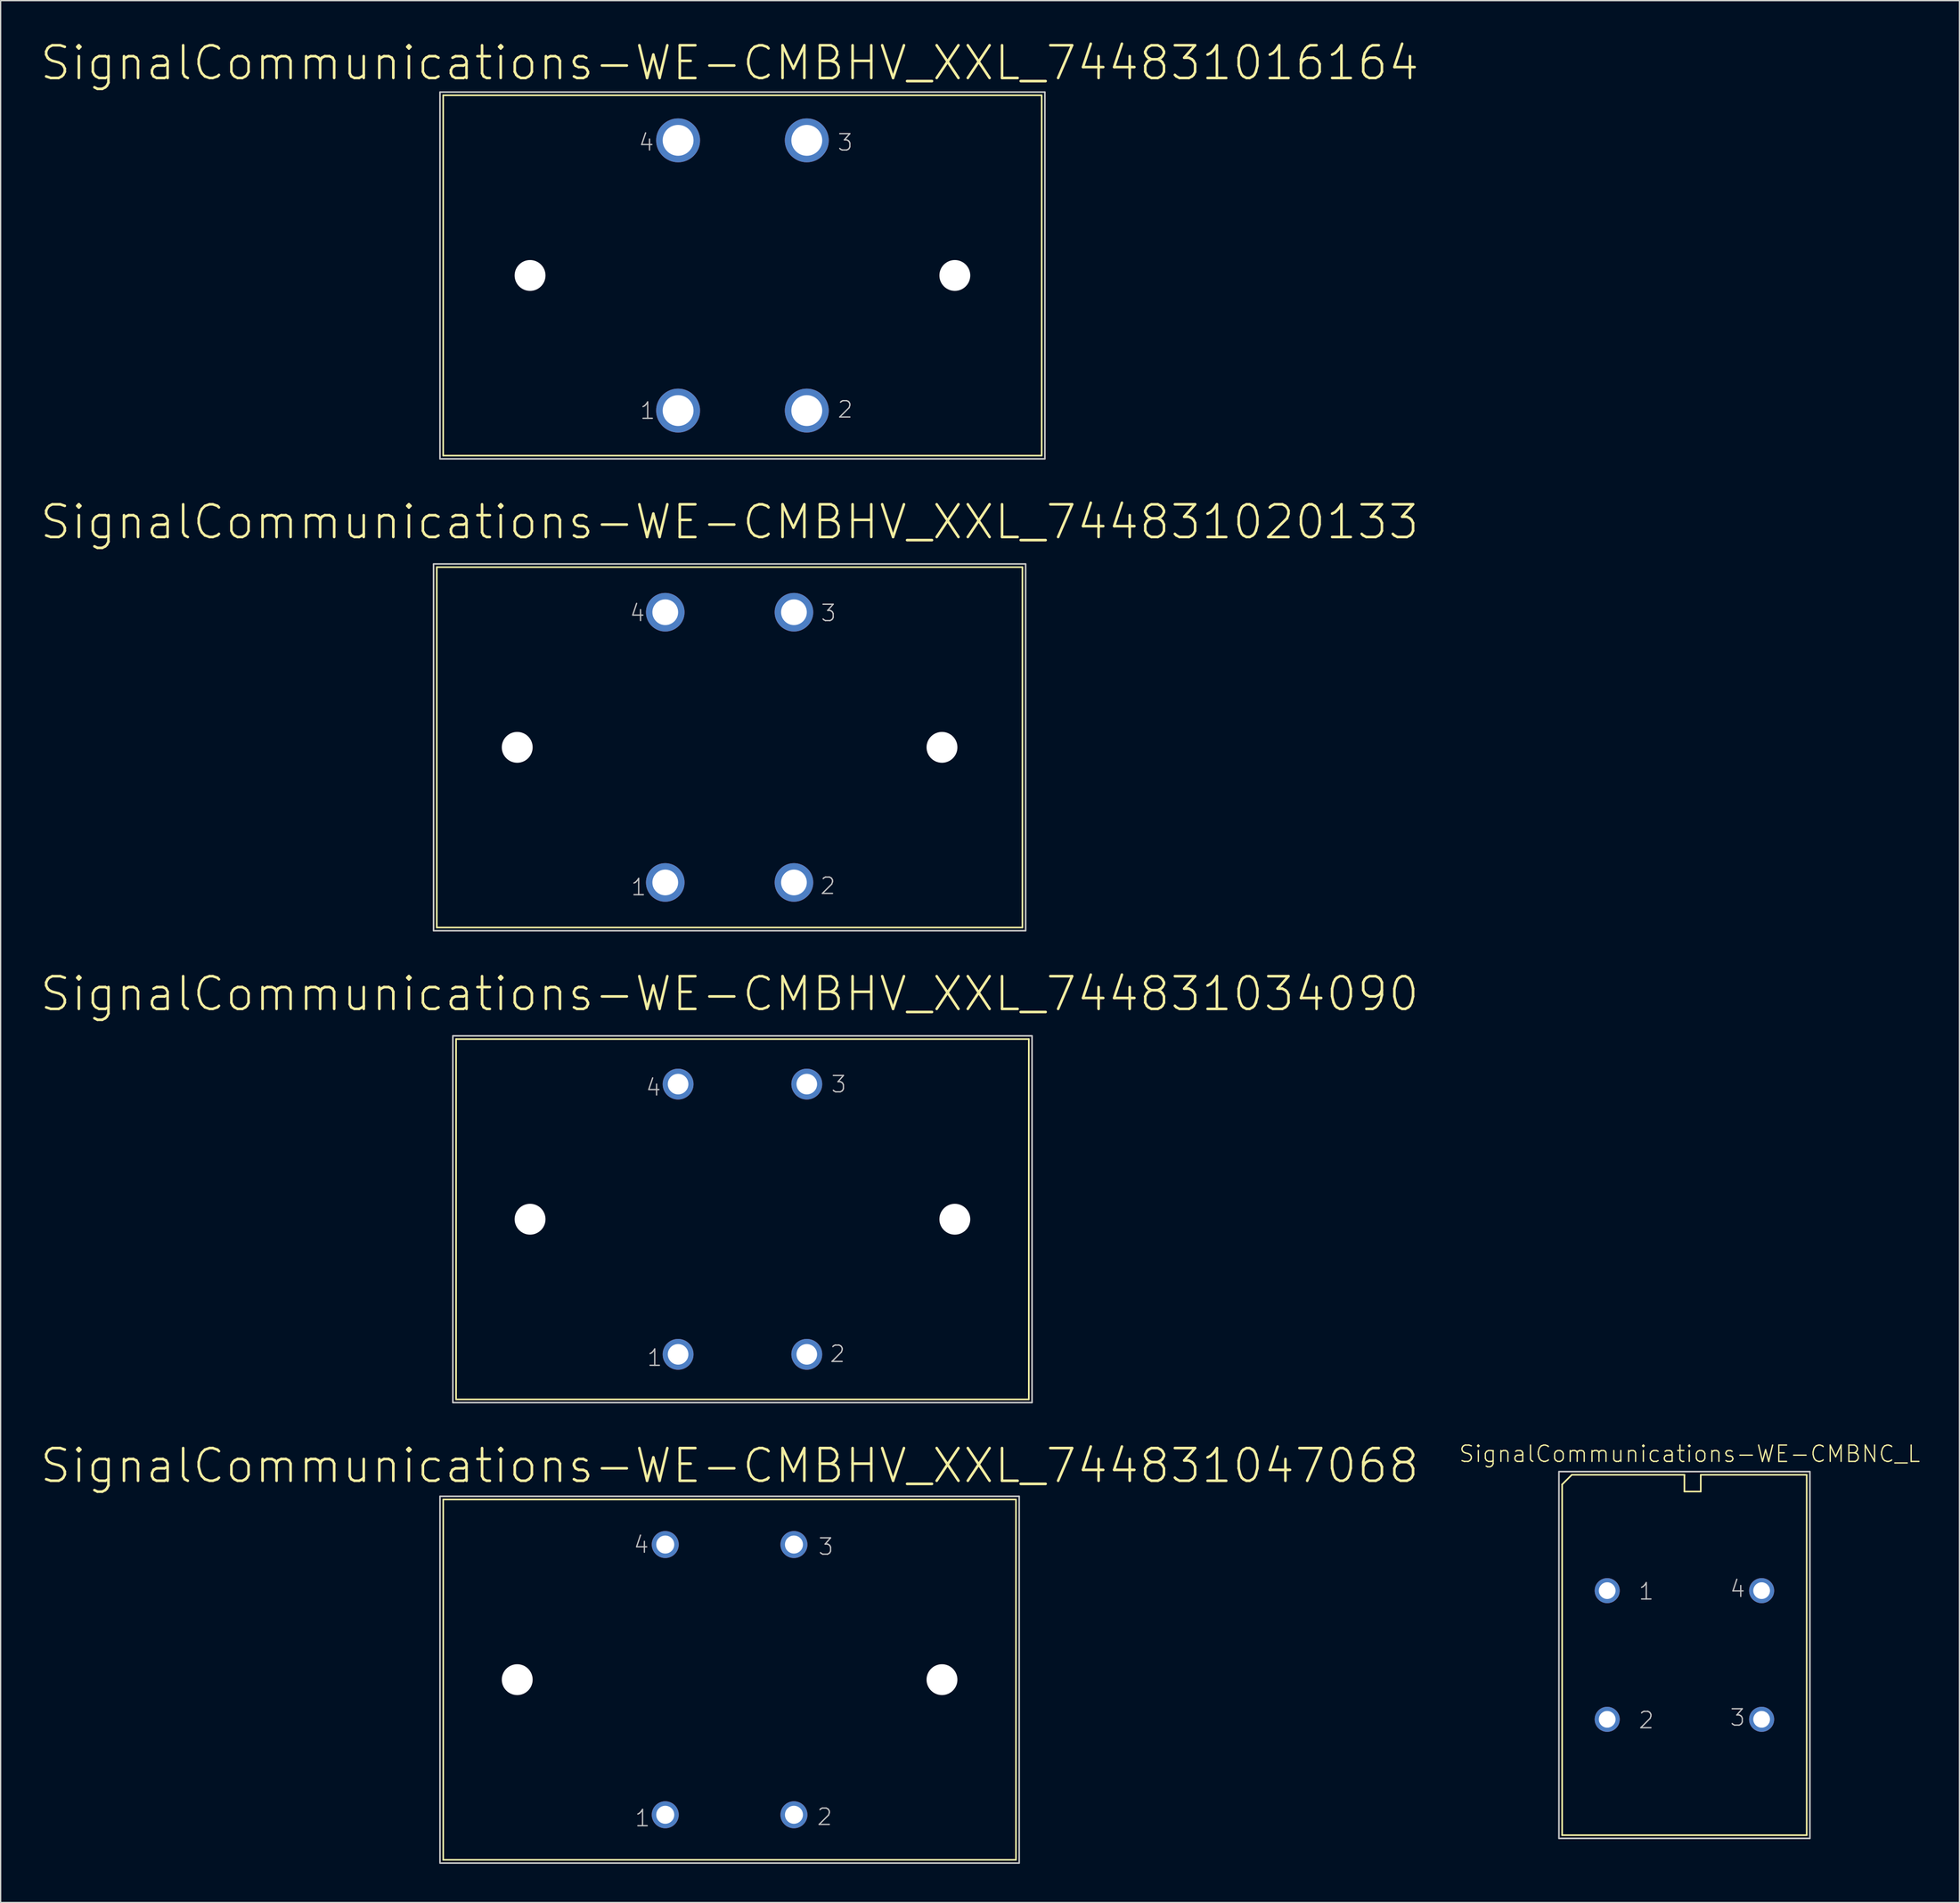
<source format=kicad_pcb>
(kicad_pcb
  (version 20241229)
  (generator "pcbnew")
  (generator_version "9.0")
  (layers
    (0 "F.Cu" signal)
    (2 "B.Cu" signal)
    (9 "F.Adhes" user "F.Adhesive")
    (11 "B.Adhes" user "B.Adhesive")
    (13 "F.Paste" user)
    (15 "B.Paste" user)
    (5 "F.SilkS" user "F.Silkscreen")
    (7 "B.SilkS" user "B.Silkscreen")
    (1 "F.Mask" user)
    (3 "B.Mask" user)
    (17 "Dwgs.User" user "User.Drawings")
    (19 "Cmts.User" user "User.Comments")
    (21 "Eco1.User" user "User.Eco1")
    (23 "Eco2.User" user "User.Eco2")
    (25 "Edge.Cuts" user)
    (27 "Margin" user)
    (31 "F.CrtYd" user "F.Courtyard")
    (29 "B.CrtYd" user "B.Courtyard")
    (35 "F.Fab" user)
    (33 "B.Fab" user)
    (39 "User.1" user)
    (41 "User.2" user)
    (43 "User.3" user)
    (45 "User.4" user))
  (footprint "SignalCommunications-WE-CMBHV_XXL_744831016164"
    (layer "F.Cu")
    (at 54.631 18.353)
    (property "Reference" "SignalCommunications-WE-CMBHV_XXL_744831016164" (at -0.998 -16.51 0) (layer "F.SilkS") (effects (font (size 2.54 2.54) (thickness 0.203))))
    (attr exclude_from_pos_files exclude_from_bom)
    (fp_line (start -23.249 -13.998) (end 23.249 -13.998) (stroke (width 0.127) (type solid)) (layer "F.SilkS"))
    (fp_line (start -23.249 13.998) (end -23.249 -13.998) (stroke (width 0.127) (type solid)) (layer "F.SilkS"))
    (fp_line (start 23.249 -13.998) (end 23.249 13.998) (stroke (width 0.127) (type solid)) (layer "F.SilkS"))
    (fp_line (start 23.249 13.998) (end -23.249 13.998) (stroke (width 0.127) (type solid)) (layer "F.SilkS"))
    (fp_poly (pts (xy -23.498 -14.249) (xy 23.498 -14.249) (xy 23.498 14.249) (xy -23.498 14.249) (xy -23.498 -14.249)) (stroke (width 0.127) (type solid)) (fill no) (layer "Dwgs.User"))
    (fp_text user "2" (at 7.983 10.414 0) (layer "Dwgs.User") (effects (font (size 1.27 1.27) (thickness 0.102))))
    (fp_text user "3" (at 7.983 -10.333 0) (layer "Dwgs.User") (effects (font (size 1.27 1.27) (thickness 0.102))))
    (fp_text user "1" (at -7.363 10.513 0) (layer "Dwgs.User") (effects (font (size 1.27 1.27) (thickness 0.102))))
    (fp_text user "4" (at -7.463 -10.333 0) (layer "Dwgs.User") (effects (font (size 1.27 1.27) (thickness 0.102))))
    (pad "" np_thru_hole circle (at -16.5 0) (size 2.398 2.398) (drill 2.398) (layers "*.Cu" "*.Mask"))
    (pad "" np_thru_hole circle (at 16.5 0) (size 2.398 2.398) (drill 2.398) (layers "*.Cu" "*.Mask"))
    (pad "1" thru_hole circle (at -4.999 10.498) (size 3.414 3.414) (drill 2.398) (layers "*.Cu" "*.Paste" "*.Mask"))
    (pad "2" thru_hole circle (at 4.999 10.498) (size 3.414 3.414) (drill 2.398) (layers "*.Cu" "*.Paste" "*.Mask"))
    (pad "3" thru_hole circle (at 4.999 -10.498) (size 3.414 3.414) (drill 2.398) (layers "*.Cu" "*.Paste" "*.Mask"))
    (pad "4" thru_hole circle (at -4.999 -10.498) (size 3.414 3.414) (drill 2.398) (layers "*.Cu" "*.Paste" "*.Mask")))
  (footprint "SignalCommunications-WE-CMBHV_XXL_744831034090"
    (layer "F.Cu")
    (at 54.631 91.68)
    (property "Reference" "SignalCommunications-WE-CMBHV_XXL_744831034090" (at -0.998 -17.508 0) (layer "F.SilkS") (effects (font (size 2.54 2.54) (thickness 0.203))))
    (attr exclude_from_pos_files exclude_from_bom)
    (fp_line (start -22.248 -13.998) (end 22.248 -13.998) (stroke (width 0.127) (type solid)) (layer "F.SilkS"))
    (fp_line (start -22.248 13.998) (end -22.248 -13.998) (stroke (width 0.127) (type solid)) (layer "F.SilkS"))
    (fp_line (start 22.248 -13.998) (end 22.248 13.998) (stroke (width 0.127) (type solid)) (layer "F.SilkS"))
    (fp_line (start 22.248 13.998) (end -22.248 13.998) (stroke (width 0.127) (type solid)) (layer "F.SilkS"))
    (fp_poly (pts (xy 22.499 -14.249) (xy 22.499 14.249) (xy -22.499 14.249) (xy -22.499 -14.249) (xy 22.499 -14.249)) (stroke (width 0.127) (type solid)) (fill no) (layer "Dwgs.User"))
    (fp_text user "4" (at -6.914 -10.234 0) (layer "Dwgs.User") (effects (font (size 1.27 1.27) (thickness 0.102))))
    (fp_text user "1" (at -6.815 10.765 0) (layer "Dwgs.User") (effects (font (size 1.27 1.27) (thickness 0.102))))
    (fp_text user "3" (at 7.483 -10.483 0) (layer "Dwgs.User") (effects (font (size 1.27 1.27) (thickness 0.102))))
    (fp_text user "2" (at 7.384 10.465 0) (layer "Dwgs.User") (effects (font (size 1.27 1.27) (thickness 0.102))))
    (pad "" np_thru_hole circle (at -16.5 0) (size 2.398 2.398) (drill 2.398) (layers "*.Cu" "*.Mask"))
    (pad "" np_thru_hole circle (at 16.5 0) (size 2.398 2.398) (drill 2.398) (layers "*.Cu" "*.Mask"))
    (pad "1" thru_hole circle (at -4.999 10.498) (size 2.398 2.398) (drill 1.598) (layers "*.Cu" "*.Paste" "*.Mask"))
    (pad "2" thru_hole circle (at 4.999 10.498) (size 2.398 2.398) (drill 1.598) (layers "*.Cu" "*.Paste" "*.Mask"))
    (pad "3" thru_hole circle (at 4.999 -10.498) (size 2.398 2.398) (drill 1.598) (layers "*.Cu" "*.Paste" "*.Mask"))
    (pad "4" thru_hole circle (at -4.999 -10.498) (size 2.398 2.398) (drill 1.598) (layers "*.Cu" "*.Paste" "*.Mask")))
  (footprint "SignalCommunications-WE-CMBHV_XXL_744831020133"
    (layer "F.Cu")
    (at 53.633 55.016)
    (property "Reference" "SignalCommunications-WE-CMBHV_XXL_744831020133" (at 0 -17.508 0) (layer "F.SilkS") (effects (font (size 2.54 2.54) (thickness 0.203))))
    (attr exclude_from_pos_files exclude_from_bom)
    (fp_line (start -22.748 -13.998) (end 22.748 -13.998) (stroke (width 0.127) (type solid)) (layer "F.SilkS"))
    (fp_line (start -22.748 13.998) (end -22.748 -13.998) (stroke (width 0.127) (type solid)) (layer "F.SilkS"))
    (fp_line (start 22.748 -13.998) (end 22.748 13.998) (stroke (width 0.127) (type solid)) (layer "F.SilkS"))
    (fp_line (start 22.748 13.998) (end -22.748 13.998) (stroke (width 0.127) (type solid)) (layer "F.SilkS"))
    (fp_poly (pts (xy -23 -14.249) (xy 23 -14.249) (xy 23 14.249) (xy -23 14.249) (xy -23 -14.249)) (stroke (width 0.127) (type solid)) (fill no) (layer "Dwgs.User"))
    (fp_text user "1" (at -7.064 10.864 0) (layer "Dwgs.User") (effects (font (size 1.27 1.27) (thickness 0.102))))
    (fp_text user "4" (at -7.163 -10.434 0) (layer "Dwgs.User") (effects (font (size 1.27 1.27) (thickness 0.102))))
    (fp_text user "3" (at 7.684 -10.434 0) (layer "Dwgs.User") (effects (font (size 1.27 1.27) (thickness 0.102))))
    (fp_text user "2" (at 7.633 10.765 0) (layer "Dwgs.User") (effects (font (size 1.27 1.27) (thickness 0.102))))
    (pad "" np_thru_hole circle (at -16.5 0) (size 2.398 2.398) (drill 2.398) (layers "*.Cu" "*.Mask"))
    (pad "" np_thru_hole circle (at 16.5 0) (size 2.398 2.398) (drill 2.398) (layers "*.Cu" "*.Mask"))
    (pad "1" thru_hole circle (at -4.999 10.498) (size 3 3) (drill 1.999) (layers "*.Cu" "*.Paste" "*.Mask"))
    (pad "2" thru_hole circle (at 4.999 10.498) (size 3 3) (drill 1.999) (layers "*.Cu" "*.Paste" "*.Mask"))
    (pad "3" thru_hole circle (at 4.999 -10.498) (size 3 3) (drill 1.999) (layers "*.Cu" "*.Paste" "*.Mask"))
    (pad "4" thru_hole circle (at -4.999 -10.498) (size 3 3) (drill 1.999) (layers "*.Cu" "*.Paste" "*.Mask")))
  (footprint "SignalCommunications-WE-CMBNC_L"
    (layer "F.Cu")
    (at 127.813 125.537)
    (property "Reference" "SignalCommunications-WE-CMBNC_L" (at 0.409 -15.624 0) (layer "F.SilkS") (effects (font (size 1.27 1.27) (thickness 0.102))))
    (attr exclude_from_pos_files exclude_from_bom)
    (fp_line (start -9.5 -13.249) (end -8.748 -13.998) (stroke (width 0.127) (type solid)) (layer "F.SilkS"))
    (fp_line (start -9.5 13.998) (end -9.5 -13.249) (stroke (width 0.127) (type solid)) (layer "F.SilkS"))
    (fp_line (start -8.748 -13.998) (end 0 -13.998) (stroke (width 0.127) (type solid)) (layer "F.SilkS"))
    (fp_line (start 0 -13.998) (end 0 -12.7) (stroke (width 0.127) (type solid)) (layer "F.SilkS"))
    (fp_line (start 0 -12.7) (end 1.27 -12.7) (stroke (width 0.127) (type solid)) (layer "F.SilkS"))
    (fp_line (start 1.27 -13.998) (end 9.5 -13.998) (stroke (width 0.127) (type solid)) (layer "F.SilkS"))
    (fp_line (start 1.27 -12.7) (end 1.27 -13.998) (stroke (width 0.127) (type solid)) (layer "F.SilkS"))
    (fp_line (start 9.5 -13.998) (end 9.5 13.998) (stroke (width 0.127) (type solid)) (layer "F.SilkS"))
    (fp_line (start 9.5 13.998) (end -9.5 13.998) (stroke (width 0.127) (type solid)) (layer "F.SilkS"))
    (fp_poly (pts (xy -9.749 14.249) (xy -9.749 -14.249) (xy 9.749 -14.249) (xy 9.749 14.249) (xy -9.749 14.249)) (stroke (width 0.127) (type solid)) (fill no) (layer "Dwgs.User"))
    (fp_text user "4" (at 4.133 -5.133 0) (layer "Dwgs.User") (effects (font (size 1.27 1.27) (thickness 0.102))))
    (fp_text user "2" (at -2.964 5.065 0) (layer "Dwgs.User") (effects (font (size 1.27 1.27) (thickness 0.102))))
    (fp_text user "1" (at -2.964 -4.933 0) (layer "Dwgs.User") (effects (font (size 1.27 1.27) (thickness 0.102))))
    (fp_text user "3" (at 4.133 4.864 0) (layer "Dwgs.User") (effects (font (size 1.27 1.27) (thickness 0.102))))
    (pad "1" thru_hole circle (at -5.999 -4.999) (size 1.948 1.948) (drill 1.298) (layers "*.Cu" "*.Paste" "*.Mask"))
    (pad "2" thru_hole circle (at -5.999 4.999) (size 1.948 1.948) (drill 1.298) (layers "*.Cu" "*.Paste" "*.Mask"))
    (pad "3" thru_hole circle (at 5.999 4.999) (size 1.948 1.948) (drill 1.298) (layers "*.Cu" "*.Paste" "*.Mask"))
    (pad "4" thru_hole circle (at 5.999 -4.999) (size 1.948 1.948) (drill 1.298) (layers "*.Cu" "*.Paste" "*.Mask")))
  (footprint "SignalCommunications-WE-CMBHV_XXL_744831047068"
    (layer "F.Cu")
    (at 53.633 127.454)
    (property "Reference" "SignalCommunications-WE-CMBHV_XXL_744831047068" (at 0 -16.619 0) (layer "F.SilkS") (effects (font (size 2.54 2.54) (thickness 0.203))))
    (attr exclude_from_pos_files exclude_from_bom)
    (fp_line (start -22.248 -13.998) (end 22.248 -13.998) (stroke (width 0.127) (type solid)) (layer "F.SilkS"))
    (fp_line (start -22.248 13.998) (end -22.248 -13.998) (stroke (width 0.127) (type solid)) (layer "F.SilkS"))
    (fp_line (start 22.248 -13.998) (end 22.248 13.998) (stroke (width 0.127) (type solid)) (layer "F.SilkS"))
    (fp_line (start 22.248 13.998) (end -22.248 13.998) (stroke (width 0.127) (type solid)) (layer "F.SilkS"))
    (fp_poly (pts (xy -22.499 -14.249) (xy 22.499 -14.249) (xy 22.499 14.249) (xy -22.499 14.249) (xy -22.499 -14.249)) (stroke (width 0.127) (type solid)) (fill no) (layer "Dwgs.User"))
    (fp_text user "1" (at -6.764 10.765 0) (layer "Dwgs.User") (effects (font (size 1.27 1.27) (thickness 0.102))))
    (fp_text user "2" (at 7.384 10.663 0) (layer "Dwgs.User") (effects (font (size 1.27 1.27) (thickness 0.102))))
    (fp_text user "3" (at 7.483 -10.333 0) (layer "Dwgs.User") (effects (font (size 1.27 1.27) (thickness 0.102))))
    (fp_text user "4" (at -6.863 -10.483 0) (layer "Dwgs.User") (effects (font (size 1.27 1.27) (thickness 0.102))))
    (pad "" np_thru_hole circle (at -16.5 0) (size 2.398 2.398) (drill 2.398) (layers "*.Cu" "*.Mask"))
    (pad "" np_thru_hole circle (at 16.5 0) (size 2.398 2.398) (drill 2.398) (layers "*.Cu" "*.Mask"))
    (pad "1" thru_hole circle (at -4.999 10.498) (size 2.098 2.098) (drill 1.4) (layers "*.Cu" "*.Paste" "*.Mask"))
    (pad "2" thru_hole circle (at 4.999 10.498) (size 2.098 2.098) (drill 1.4) (layers "*.Cu" "*.Paste" "*.Mask"))
    (pad "3" thru_hole circle (at 4.999 -10.498) (size 2.098 2.098) (drill 1.4) (layers "*.Cu" "*.Paste" "*.Mask"))
    (pad "4" thru_hole circle (at -4.999 -10.498) (size 2.098 2.098) (drill 1.4) (layers "*.Cu" "*.Paste" "*.Mask")))
  (gr_rect
    (start -3 -3)
    (end 149.179 144.767)
    (stroke (width 0.1) (type default))
    (fill no)
    (layer "Edge.Cuts")))
</source>
